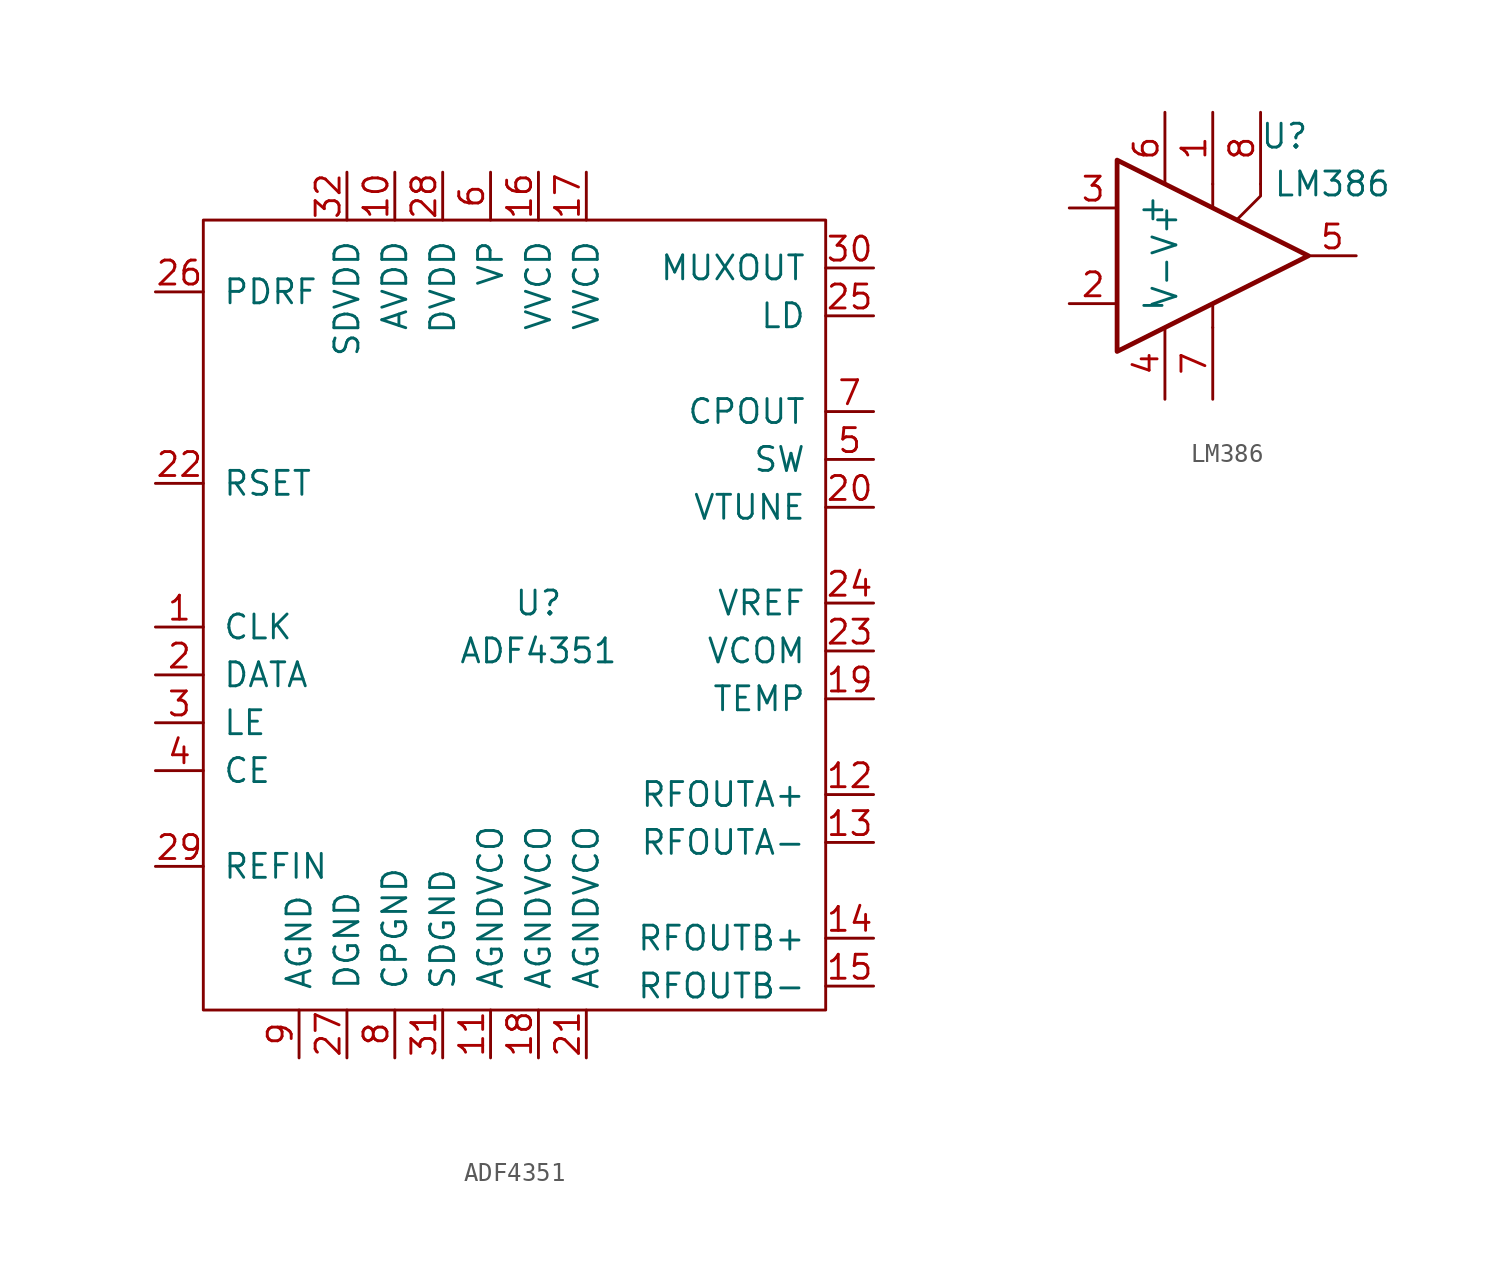
<source format=kicad_sym>
(kicad_symbol_lib
  (version 20211014)
  (generator kicad_symbol_editor)
  (symbol "ADF4351"
    (pin_names
      (offset 1.016))
    (property "Reference" "U"
      (at 0 1.27 0)
      (effects (font (size 1.27 1.27))))
    (property "Value" "ADF4351"
      (at 0 -1.27 0)
      (effects (font (size 1.27 1.27))))
    (symbol "ADF4351_0_1"
      (rectangle (start -17.78 21.59) (end 15.24 -20.32) (stroke (width 0) (type default) (color 0 0 0 0)) (fill (type none))))
    (symbol "ADF4351_1_1"
      (pin input line (at -20.32 0 0) (length 2.54) (name "CLK" (effects (font (size 1.27 1.27)))) (number "1" (effects (font (size 1.27 1.27)))))
      (pin power_in line (at -7.62 24.13 270) (length 2.54) (name "AVDD" (effects (font (size 1.27 1.27)))) (number "10" (effects (font (size 1.27 1.27)))))
      (pin power_in line (at -2.54 -22.86 90) (length 2.54) (name "AGNDVCO" (effects (font (size 1.27 1.27)))) (number "11" (effects (font (size 1.27 1.27)))))
      (pin output line (at 17.78 -8.89 180) (length 2.54) (name "RFOUTA+" (effects (font (size 1.27 1.27)))) (number "12" (effects (font (size 1.27 1.27)))))
      (pin output line (at 17.78 -11.43 180) (length 2.54) (name "RFOUTA-" (effects (font (size 1.27 1.27)))) (number "13" (effects (font (size 1.27 1.27)))))
      (pin output line (at 17.78 -16.51 180) (length 2.54) (name "RFOUTB+" (effects (font (size 1.27 1.27)))) (number "14" (effects (font (size 1.27 1.27)))))
      (pin output line (at 17.78 -19.05 180) (length 2.54) (name "RFOUTB-" (effects (font (size 1.27 1.27)))) (number "15" (effects (font (size 1.27 1.27)))))
      (pin power_in line (at 0 24.13 270) (length 2.54) (name "VVCD" (effects (font (size 1.27 1.27)))) (number "16" (effects (font (size 1.27 1.27)))))
      (pin power_in line (at 2.54 24.13 270) (length 2.54) (name "VVCD" (effects (font (size 1.27 1.27)))) (number "17" (effects (font (size 1.27 1.27)))))
      (pin power_in line (at 0 -22.86 90) (length 2.54) (name "AGNDVCO" (effects (font (size 1.27 1.27)))) (number "18" (effects (font (size 1.27 1.27)))))
      (pin output line (at 17.78 -3.81 180) (length 2.54) (name "TEMP" (effects (font (size 1.27 1.27)))) (number "19" (effects (font (size 1.27 1.27)))))
      (pin input line (at -20.32 -2.54 0) (length 2.54) (name "DATA" (effects (font (size 1.27 1.27)))) (number "2" (effects (font (size 1.27 1.27)))))
      (pin output line (at 17.78 6.35 180) (length 2.54) (name "VTUNE" (effects (font (size 1.27 1.27)))) (number "20" (effects (font (size 1.27 1.27)))))
      (pin power_in line (at 2.54 -22.86 90) (length 2.54) (name "AGNDVCO" (effects (font (size 1.27 1.27)))) (number "21" (effects (font (size 1.27 1.27)))))
      (pin output line (at -20.32 7.62 0) (length 2.54) (name "RSET" (effects (font (size 1.27 1.27)))) (number "22" (effects (font (size 1.27 1.27)))))
      (pin output line (at 17.78 -1.27 180) (length 2.54) (name "VCOM" (effects (font (size 1.27 1.27)))) (number "23" (effects (font (size 1.27 1.27)))))
      (pin output line (at 17.78 1.27 180) (length 2.54) (name "VREF" (effects (font (size 1.27 1.27)))) (number "24" (effects (font (size 1.27 1.27)))))
      (pin output line (at 17.78 16.51 180) (length 2.54) (name "LD" (effects (font (size 1.27 1.27)))) (number "25" (effects (font (size 1.27 1.27)))))
      (pin input line (at -20.32 17.78 0) (length 2.54) (name "PDRF" (effects (font (size 1.27 1.27)))) (number "26" (effects (font (size 1.27 1.27)))))
      (pin power_in line (at -10.16 -22.86 90) (length 2.54) (name "DGND" (effects (font (size 1.27 1.27)))) (number "27" (effects (font (size 1.27 1.27)))))
      (pin power_in line (at -5.08 24.13 270) (length 2.54) (name "DVDD" (effects (font (size 1.27 1.27)))) (number "28" (effects (font (size 1.27 1.27)))))
      (pin input line (at -20.32 -12.7 0) (length 2.54) (name "REFIN" (effects (font (size 1.27 1.27)))) (number "29" (effects (font (size 1.27 1.27)))))
      (pin input line (at -20.32 -5.08 0) (length 2.54) (name "LE" (effects (font (size 1.27 1.27)))) (number "3" (effects (font (size 1.27 1.27)))))
      (pin output line (at 17.78 19.05 180) (length 2.54) (name "MUXOUT" (effects (font (size 1.27 1.27)))) (number "30" (effects (font (size 1.27 1.27)))))
      (pin power_in line (at -5.08 -22.86 90) (length 2.54) (name "SDGND" (effects (font (size 1.27 1.27)))) (number "31" (effects (font (size 1.27 1.27)))))
      (pin power_in line (at -10.16 24.13 270) (length 2.54) (name "SDVDD" (effects (font (size 1.27 1.27)))) (number "32" (effects (font (size 1.27 1.27)))))
      (pin input line (at -20.32 -7.62 0) (length 2.54) (name "CE" (effects (font (size 1.27 1.27)))) (number "4" (effects (font (size 1.27 1.27)))))
      (pin output line (at 17.78 8.89 180) (length 2.54) (name "SW" (effects (font (size 1.27 1.27)))) (number "5" (effects (font (size 1.27 1.27)))))
      (pin power_in line (at -2.54 24.13 270) (length 2.54) (name "VP" (effects (font (size 1.27 1.27)))) (number "6" (effects (font (size 1.27 1.27)))))
      (pin output line (at 17.78 11.43 180) (length 2.54) (name "CPOUT" (effects (font (size 1.27 1.27)))) (number "7" (effects (font (size 1.27 1.27)))))
      (pin power_in line (at -7.62 -22.86 90) (length 2.54) (name "CPGND" (effects (font (size 1.27 1.27)))) (number "8" (effects (font (size 1.27 1.27)))))
      (pin power_in line (at -12.7 -22.86 90) (length 2.54) (name "AGND" (effects (font (size 1.27 1.27)))) (number "9" (effects (font (size 1.27 1.27)))))))
  (symbol "LM386"
    (pin_names
      (offset 1.016))
    (property "Reference" "U"
      (at 3.81 6.35 0)
      (effects (font (size 1.27 1.27))))
    (property "Value" "LM386"
      (at 6.35 3.81 0)
      (effects (font (size 1.27 1.27))))
    (symbol "LM386_0_1"
      (polyline (pts (xy 0 2.54) (xy 0 3.81)) (stroke (width 0) (type default) (color 0 0 0 0)) (fill (type none))))
    (symbol "LM386_1_1"
      (polyline (pts (xy 0 -3.81) (xy 0 -2.54)) (stroke (width 0.152) (type default) (color 0 0 0 0)) (fill (type none)))
      (polyline (pts (xy 1.27 1.905) (xy 2.54 3.175) (xy 2.54 3.81)) (stroke (width 0.152) (type default) (color 0 0 0 0)) (fill (type none)))
      (polyline (pts (xy -5.08 5.08) (xy 5.08 0) (xy -5.08 -5.08) (xy -5.08 5.08)) (stroke (width 0.254) (type default) (color 0 0 0 0)) (fill (type none)))
      (pin passive line (at 0 7.62 270) (length 3.81) (name "~" (effects (font (size 1.27 1.27)))) (number "1" (effects (font (size 1.27 1.27)))))
      (pin input line (at -7.62 -2.54 0) (length 2.54) (name "-" (effects (font (size 1.27 1.27)))) (number "2" (effects (font (size 1.27 1.27)))))
      (pin input line (at -7.62 2.54 0) (length 2.54) (name "+" (effects (font (size 1.27 1.27)))) (number "3" (effects (font (size 1.27 1.27)))))
      (pin power_in line (at -2.54 -7.62 90) (length 3.81) (name "V-" (effects (font (size 1.27 1.27)))) (number "4" (effects (font (size 1.27 1.27)))))
      (pin output line (at 7.62 0 180) (length 2.54) (name "~" (effects (font (size 1.27 1.27)))) (number "5" (effects (font (size 1.27 1.27)))))
      (pin power_in line (at -2.54 7.62 270) (length 3.81) (name "V+" (effects (font (size 1.27 1.27)))) (number "6" (effects (font (size 1.27 1.27)))))
      (pin passive line (at 0 -7.62 90) (length 3.81) (name "~" (effects (font (size 1.27 1.27)))) (number "7" (effects (font (size 1.27 1.27)))))
      (pin passive line (at 2.54 7.62 270) (length 3.81) (name "~" (effects (font (size 1.27 1.27)))) (number "8" (effects (font (size 1.27 1.27))))))))
</source>
